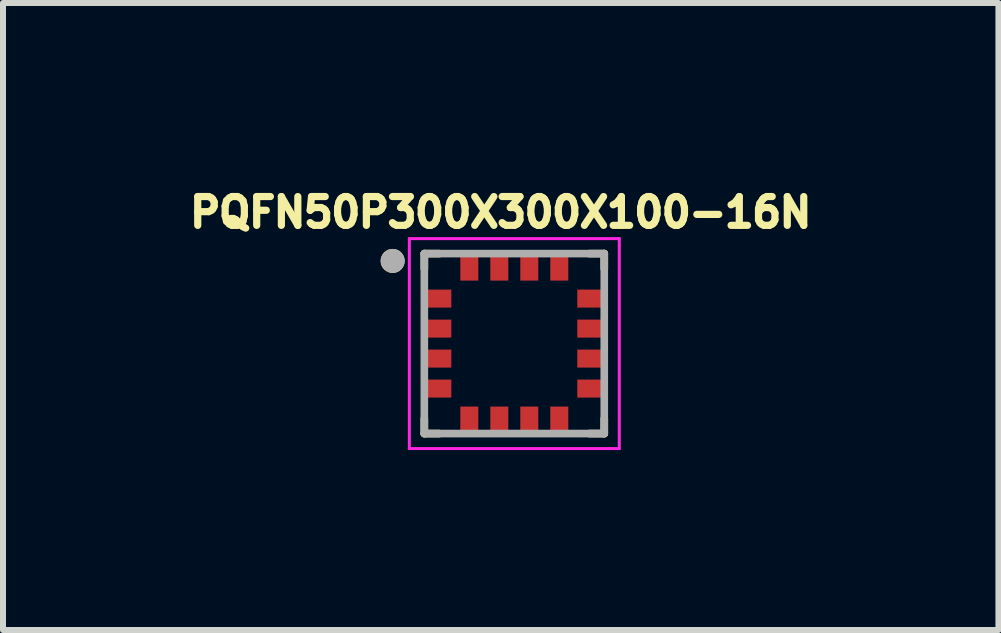
<source format=kicad_pcb>
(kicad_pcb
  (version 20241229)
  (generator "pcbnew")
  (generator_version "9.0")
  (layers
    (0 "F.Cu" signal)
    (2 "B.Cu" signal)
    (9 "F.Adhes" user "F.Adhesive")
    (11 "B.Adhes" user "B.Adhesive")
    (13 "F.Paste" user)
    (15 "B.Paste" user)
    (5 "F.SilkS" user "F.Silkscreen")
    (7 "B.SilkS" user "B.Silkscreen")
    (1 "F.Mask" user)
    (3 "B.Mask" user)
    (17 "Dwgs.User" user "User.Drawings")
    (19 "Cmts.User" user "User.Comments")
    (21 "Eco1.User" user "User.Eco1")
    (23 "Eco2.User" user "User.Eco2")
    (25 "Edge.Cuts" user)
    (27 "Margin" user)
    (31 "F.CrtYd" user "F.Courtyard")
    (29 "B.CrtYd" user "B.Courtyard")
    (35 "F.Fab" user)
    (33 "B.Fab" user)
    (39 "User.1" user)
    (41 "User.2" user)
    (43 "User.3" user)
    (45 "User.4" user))
  (footprint "PQFN50P300X300X100-16N"
    (layer "F.Cu")
    (at 5.524 2.678)
    (property "Reference" "PQFN50P300X300X100-16N" (at -0.226 -2.187 0) (layer "F.SilkS") (effects (font (size 0.48 0.48) (thickness 0.15))))
    (attr through_hole)
    (fp_line (start -1.5 -1.5) (end -1.25 -1.5) (stroke (width 0.127) (type solid)) (layer "F.SilkS"))
    (fp_line (start -1.5 -1.25) (end -1.5 -1.5) (stroke (width 0.127) (type solid)) (layer "F.SilkS"))
    (fp_line (start -1.5 1.5) (end -1.5 1.25) (stroke (width 0.127) (type solid)) (layer "F.SilkS"))
    (fp_line (start -1.25 1.5) (end -1.5 1.5) (stroke (width 0.127) (type solid)) (layer "F.SilkS"))
    (fp_line (start 1.25 -1.5) (end 1.5 -1.5) (stroke (width 0.127) (type solid)) (layer "F.SilkS"))
    (fp_line (start 1.5 -1.5) (end 1.5 -1.25) (stroke (width 0.127) (type solid)) (layer "F.SilkS"))
    (fp_line (start 1.5 1.25) (end 1.5 1.5) (stroke (width 0.127) (type solid)) (layer "F.SilkS"))
    (fp_line (start 1.5 1.5) (end 1.25 1.5) (stroke (width 0.127) (type solid)) (layer "F.SilkS"))
    (fp_circle (center -2.028 -1.378) (end -1.928 -1.378) (stroke (width 0.2) (type solid)) (fill no) (layer "F.SilkS"))
    (fp_line (start -1.75 -1.75) (end 1.75 -1.75) (stroke (width 0.05) (type solid)) (layer "F.CrtYd"))
    (fp_line (start -1.75 1.75) (end -1.75 -1.75) (stroke (width 0.05) (type solid)) (layer "F.CrtYd"))
    (fp_line (start 1.75 -1.75) (end 1.75 1.75) (stroke (width 0.05) (type solid)) (layer "F.CrtYd"))
    (fp_line (start 1.75 1.75) (end -1.75 1.75) (stroke (width 0.05) (type solid)) (layer "F.CrtYd"))
    (fp_line (start -1.5 -1.5) (end 1.5 -1.5) (stroke (width 0.127) (type solid)) (layer "F.Fab"))
    (fp_line (start -1.5 1.5) (end -1.5 -1.5) (stroke (width 0.127) (type solid)) (layer "F.Fab"))
    (fp_line (start 1.5 -1.5) (end 1.5 1.5) (stroke (width 0.127) (type solid)) (layer "F.Fab"))
    (fp_line (start 1.5 1.5) (end -1.5 1.5) (stroke (width 0.127) (type solid)) (layer "F.Fab"))
    (fp_circle (center -2.028 -1.378) (end -1.928 -1.378) (stroke (width 0.2) (type solid)) (fill no) (layer "F.Fab"))
    (pad "1" smd rect (at -1.275 -0.75) (size 0.45 0.3) (layers "F.Cu" "F.Mask" "F.Paste"))
    (pad "2" smd rect (at -1.275 -0.25) (size 0.45 0.3) (layers "F.Cu" "F.Mask" "F.Paste"))
    (pad "3" smd rect (at -1.275 0.25) (size 0.45 0.3) (layers "F.Cu" "F.Mask" "F.Paste"))
    (pad "4" smd rect (at -1.275 0.75) (size 0.45 0.3) (layers "F.Cu" "F.Mask" "F.Paste"))
    (pad "5" smd rect (at -0.75 1.275) (size 0.3 0.45) (layers "F.Cu" "F.Mask" "F.Paste"))
    (pad "6" smd rect (at -0.25 1.275) (size 0.3 0.45) (layers "F.Cu" "F.Mask" "F.Paste"))
    (pad "7" smd rect (at 0.25 1.275) (size 0.3 0.45) (layers "F.Cu" "F.Mask" "F.Paste"))
    (pad "8" smd rect (at 0.75 1.275) (size 0.3 0.45) (layers "F.Cu" "F.Mask" "F.Paste"))
    (pad "9" smd rect (at 1.275 0.75) (size 0.45 0.3) (layers "F.Cu" "F.Mask" "F.Paste"))
    (pad "10" smd rect (at 1.275 0.25) (size 0.45 0.3) (layers "F.Cu" "F.Mask" "F.Paste"))
    (pad "11" smd rect (at 1.275 -0.25) (size 0.45 0.3) (layers "F.Cu" "F.Mask" "F.Paste"))
    (pad "12" smd rect (at 1.275 -0.75) (size 0.45 0.3) (layers "F.Cu" "F.Mask" "F.Paste"))
    (pad "13" smd rect (at 0.75 -1.275) (size 0.3 0.45) (layers "F.Cu" "F.Mask" "F.Paste"))
    (pad "14" smd rect (at 0.25 -1.275) (size 0.3 0.45) (layers "F.Cu" "F.Mask" "F.Paste"))
    (pad "15" smd rect (at -0.25 -1.275) (size 0.3 0.45) (layers "F.Cu" "F.Mask" "F.Paste"))
    (pad "16" smd rect (at -0.75 -1.275) (size 0.3 0.45) (layers "F.Cu" "F.Mask" "F.Paste")))
  (gr_rect
    (start -3 -3)
    (end 13.595 7.453)
    (stroke (width 0.1) (type default))
    (fill no)
    (layer "Edge.Cuts")))
</source>
